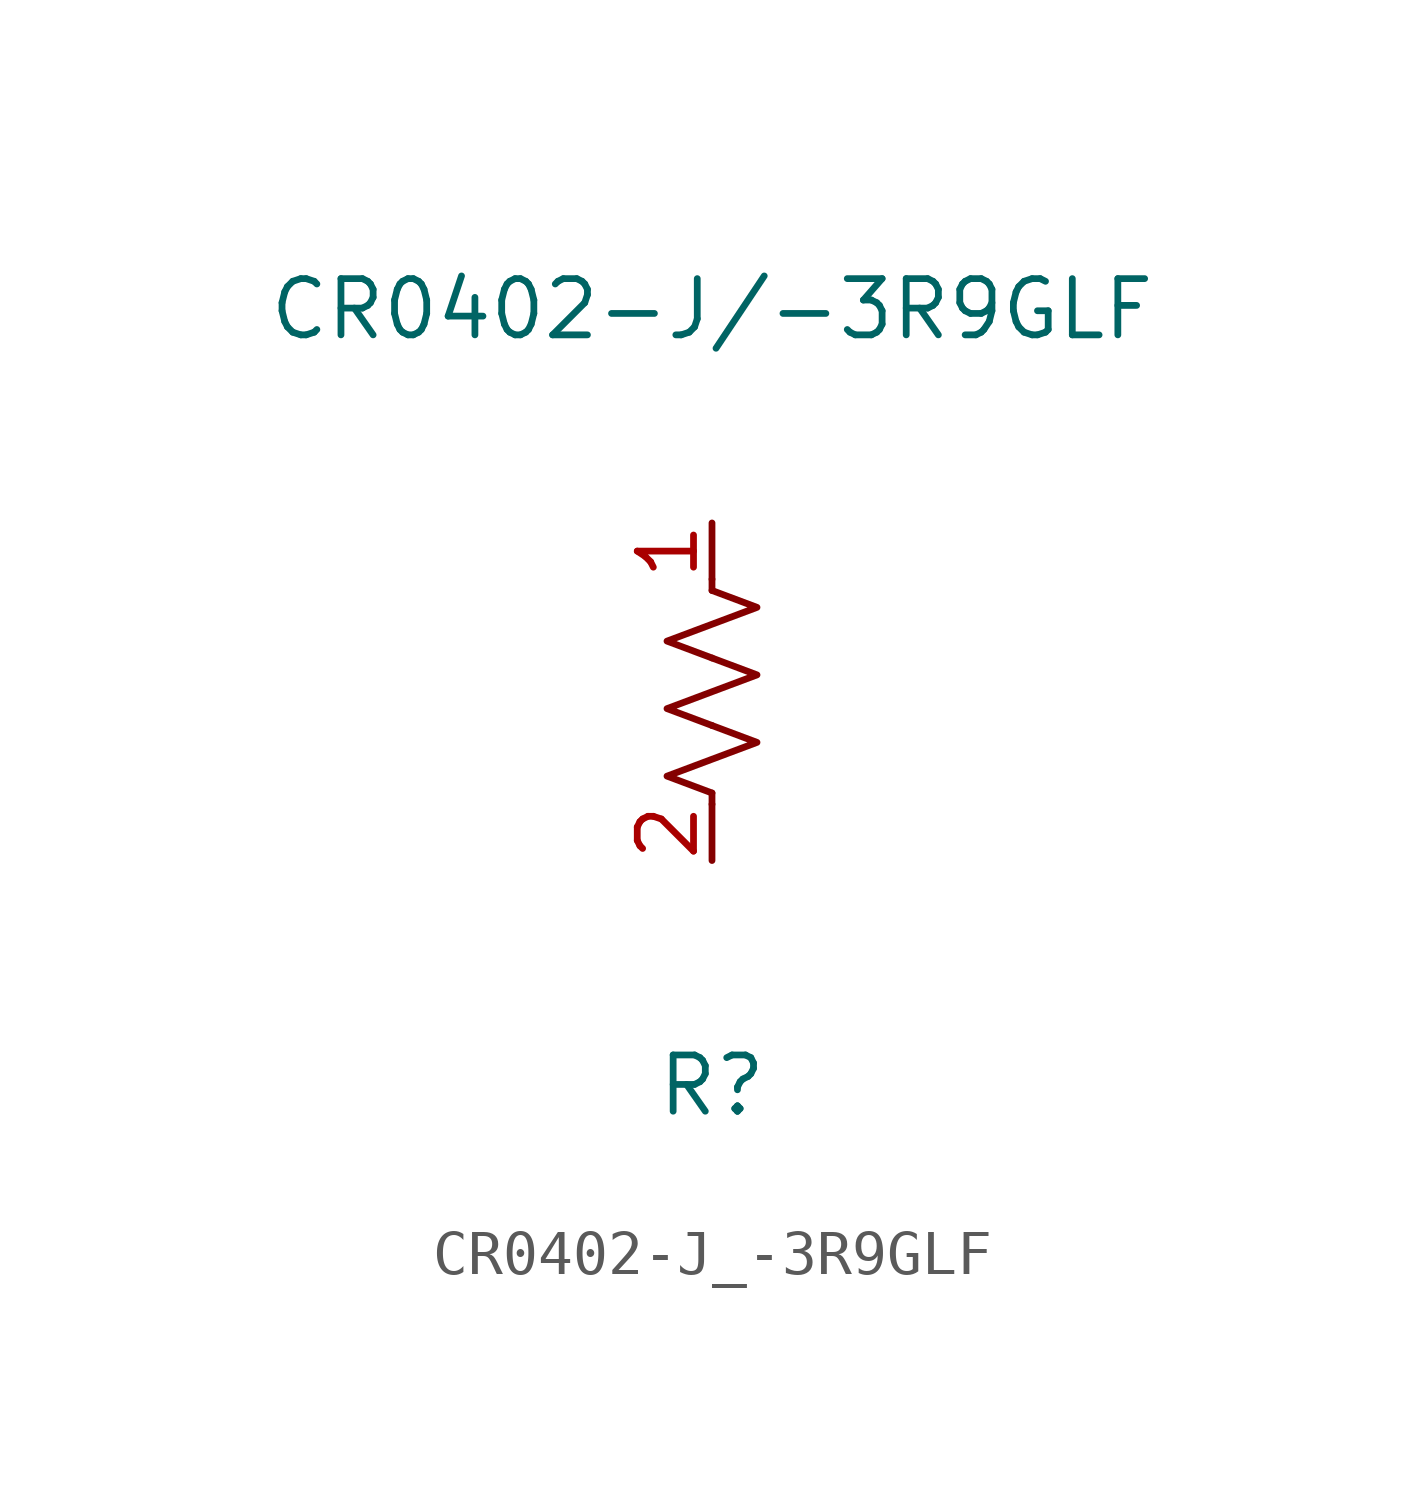
<source format=kicad_sym>
(kicad_symbol_lib
  (version 20241209)
  (generator "kicad_symbol_editor")
  (generator_version "9.0")
  (symbol "CR0402-J_-3R9GLF"
    (property "Reference" "R"
      (at 0 -10.16 0)
      (effects (font (size 1.27 1.27))))
    (property "Value" "CR0402-J/-3R9GLF"
      (at 0 7.366 0)
      (effects (font (size 1.27 1.27))))
    (symbol "CR0402-J_-3R9GLF_0_1"
      (polyline (pts (xy 0 1.016) (xy 0 1.27)) (stroke (width 0) (type default)) (fill (type none)))
      (polyline (pts (xy 0 1.016) (xy 1.016 0.635) (xy 0 0.254) (xy -1.016 -0.127) (xy 0 -0.508)) (stroke (width 0) (type default)) (fill (type none)))
      (polyline (pts (xy 0 -0.508) (xy 1.016 -0.889) (xy 0 -1.27) (xy -1.016 -1.651) (xy 0 -2.032)) (stroke (width 0) (type default)) (fill (type none)))
      (polyline (pts (xy 0 -2.032) (xy 1.016 -2.413) (xy 0 -2.794) (xy -1.016 -3.175) (xy 0 -3.556)) (stroke (width 0) (type default)) (fill (type none)))
      (polyline (pts (xy 0 -3.556) (xy 0 -3.81)) (stroke (width 0) (type default)) (fill (type none))))
    (symbol "CR0402-J_-3R9GLF_1_1"
      (pin passive line (at 0 2.54 270) (length 1.27) (name "~" (effects (font (size 1.27 1.27)))) (number "1" (effects (font (size 1.27 1.27)))))
      (pin passive line (at 0 -5.08 90) (length 1.27) (name "~" (effects (font (size 1.27 1.27)))) (number "2" (effects (font (size 1.27 1.27))))))))
</source>
